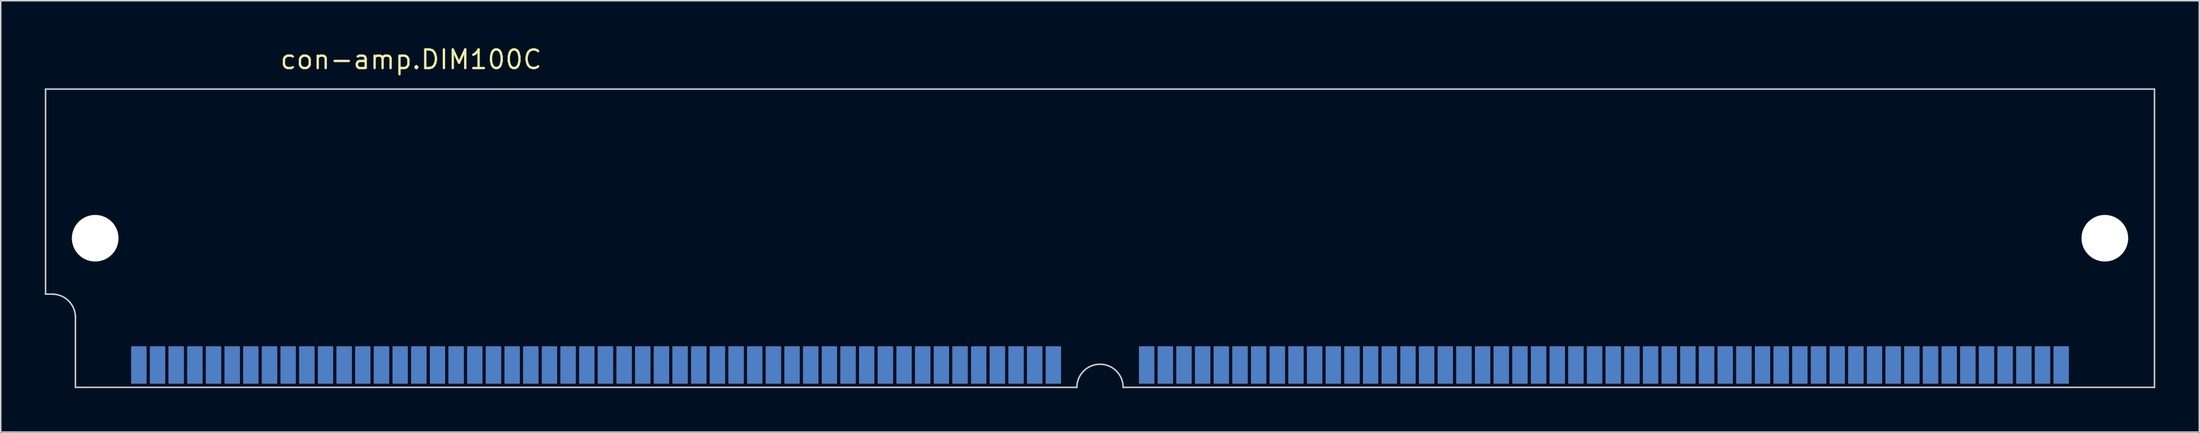
<source format=kicad_pcb>
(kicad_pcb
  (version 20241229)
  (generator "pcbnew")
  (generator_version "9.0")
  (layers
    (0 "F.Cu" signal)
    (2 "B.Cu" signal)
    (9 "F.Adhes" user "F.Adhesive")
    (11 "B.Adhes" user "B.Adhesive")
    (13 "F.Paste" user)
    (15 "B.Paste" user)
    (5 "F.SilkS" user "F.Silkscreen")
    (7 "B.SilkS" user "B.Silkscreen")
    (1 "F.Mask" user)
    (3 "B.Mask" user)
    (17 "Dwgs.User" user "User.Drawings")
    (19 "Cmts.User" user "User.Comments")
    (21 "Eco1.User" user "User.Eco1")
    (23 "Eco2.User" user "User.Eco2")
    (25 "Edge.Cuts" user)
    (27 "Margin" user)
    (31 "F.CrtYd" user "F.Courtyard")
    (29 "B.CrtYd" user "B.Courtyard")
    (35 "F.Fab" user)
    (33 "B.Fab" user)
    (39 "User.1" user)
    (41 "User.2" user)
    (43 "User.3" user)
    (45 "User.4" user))
  (footprint "con-amp.DIM100C"
    (layer "F.Cu")
    (at 71.805 13.18)
    (property "Reference" "con-amp.DIM100C" (at -55.88 -11.43 0) (layer "F.SilkS") (effects (font (size 1.27 1.27) (thickness 0.16)) (justify left bottom)))
    (attr smd)
    (fp_line (start -71.755 -10.16) (end 71.755 -10.16) (stroke (width 0.1) (type default)) (layer "Edge.Cuts"))
    (fp_line (start -71.755 3.81) (end -71.755 -10.16) (stroke (width 0.1) (type default)) (layer "Edge.Cuts"))
    (fp_line (start -71.755 3.81) (end -71.196 3.81) (stroke (width 0.1) (type default)) (layer "Edge.Cuts"))
    (fp_line (start -69.723 10.16) (end -69.723 5.309) (stroke (width 0.1) (type default)) (layer "Edge.Cuts"))
    (fp_line (start -1.575 10.16) (end -69.723 10.16) (stroke (width 0.1) (type default)) (layer "Edge.Cuts"))
    (fp_line (start 71.755 -10.16) (end 71.755 10.16) (stroke (width 0.1) (type default)) (layer "Edge.Cuts"))
    (fp_line (start 71.755 10.16) (end 1.575 10.16) (stroke (width 0.1) (type default)) (layer "Edge.Cuts"))
    (fp_arc (start -71.2978 3.81) (mid -70.184248 4.271248) (end -69.723 5.3848) (stroke (width 0.1) (type default)) (layer "Edge.Cuts"))
    (fp_arc (start -1.5748 10.16) (mid 0 8.5852) (end 1.5748 10.16) (stroke (width 0.1) (type default)) (layer "Edge.Cuts"))
    (pad "" np_thru_hole circle (at -68.377 0) (size 3.175 3.175) (drill 3.175) (layers "*.Cu" "*.Mask"))
    (pad "" np_thru_hole circle (at 68.377 0) (size 3.175 3.175) (drill 3.175) (layers "*.Cu" "*.Mask"))
    (pad "1" smd roundrect (at -65.405 8.636) (size 1.041 2.54) (layers "F.Cu" "F.Mask" "F.Paste") (roundrect_rratio 0.01))
    (pad "2" smd roundrect (at -64.135 8.636) (size 1.041 2.54) (layers "F.Cu" "F.Mask" "F.Paste") (roundrect_rratio 0.01))
    (pad "3" smd roundrect (at -62.865 8.636) (size 1.041 2.54) (layers "F.Cu" "F.Mask" "F.Paste") (roundrect_rratio 0.01))
    (pad "4" smd roundrect (at -61.595 8.636) (size 1.041 2.54) (layers "F.Cu" "F.Mask" "F.Paste") (roundrect_rratio 0.01))
    (pad "5" smd roundrect (at -60.325 8.636) (size 1.041 2.54) (layers "F.Cu" "F.Mask" "F.Paste") (roundrect_rratio 0.01))
    (pad "6" smd roundrect (at -59.055 8.636) (size 1.041 2.54) (layers "F.Cu" "F.Mask" "F.Paste") (roundrect_rratio 0.01))
    (pad "7" smd roundrect (at -57.785 8.636) (size 1.041 2.54) (layers "F.Cu" "F.Mask" "F.Paste") (roundrect_rratio 0.01))
    (pad "8" smd roundrect (at -56.515 8.636) (size 1.041 2.54) (layers "F.Cu" "F.Mask" "F.Paste") (roundrect_rratio 0.01))
    (pad "9" smd roundrect (at -55.245 8.636) (size 1.041 2.54) (layers "F.Cu" "F.Mask" "F.Paste") (roundrect_rratio 0.01))
    (pad "10" smd roundrect (at -53.975 8.636) (size 1.041 2.54) (layers "F.Cu" "F.Mask" "F.Paste") (roundrect_rratio 0.01))
    (pad "11" smd roundrect (at -52.705 8.636) (size 1.041 2.54) (layers "F.Cu" "F.Mask" "F.Paste") (roundrect_rratio 0.01))
    (pad "12" smd roundrect (at -51.435 8.636) (size 1.041 2.54) (layers "F.Cu" "F.Mask" "F.Paste") (roundrect_rratio 0.01))
    (pad "13" smd roundrect (at -50.165 8.636) (size 1.041 2.54) (layers "F.Cu" "F.Mask" "F.Paste") (roundrect_rratio 0.01))
    (pad "14" smd roundrect (at -48.895 8.636) (size 1.041 2.54) (layers "F.Cu" "F.Mask" "F.Paste") (roundrect_rratio 0.01))
    (pad "15" smd roundrect (at -47.625 8.636) (size 1.041 2.54) (layers "F.Cu" "F.Mask" "F.Paste") (roundrect_rratio 0.01))
    (pad "16" smd roundrect (at -46.355 8.636) (size 1.041 2.54) (layers "F.Cu" "F.Mask" "F.Paste") (roundrect_rratio 0.01))
    (pad "17" smd roundrect (at -45.085 8.636) (size 1.041 2.54) (layers "F.Cu" "F.Mask" "F.Paste") (roundrect_rratio 0.01))
    (pad "18" smd roundrect (at -43.815 8.636) (size 1.041 2.54) (layers "F.Cu" "F.Mask" "F.Paste") (roundrect_rratio 0.01))
    (pad "19" smd roundrect (at -42.545 8.636) (size 1.041 2.54) (layers "F.Cu" "F.Mask" "F.Paste") (roundrect_rratio 0.01))
    (pad "20" smd roundrect (at -41.275 8.636) (size 1.041 2.54) (layers "F.Cu" "F.Mask" "F.Paste") (roundrect_rratio 0.01))
    (pad "21" smd roundrect (at -40.005 8.636) (size 1.041 2.54) (layers "F.Cu" "F.Mask" "F.Paste") (roundrect_rratio 0.01))
    (pad "22" smd roundrect (at -38.735 8.636) (size 1.041 2.54) (layers "F.Cu" "F.Mask" "F.Paste") (roundrect_rratio 0.01))
    (pad "23" smd roundrect (at -37.465 8.636) (size 1.041 2.54) (layers "F.Cu" "F.Mask" "F.Paste") (roundrect_rratio 0.01))
    (pad "24" smd roundrect (at -36.195 8.636) (size 1.041 2.54) (layers "F.Cu" "F.Mask" "F.Paste") (roundrect_rratio 0.01))
    (pad "25" smd roundrect (at -34.925 8.636) (size 1.041 2.54) (layers "F.Cu" "F.Mask" "F.Paste") (roundrect_rratio 0.01))
    (pad "26" smd roundrect (at -33.655 8.636) (size 1.041 2.54) (layers "F.Cu" "F.Mask" "F.Paste") (roundrect_rratio 0.01))
    (pad "27" smd roundrect (at -32.385 8.636) (size 1.041 2.54) (layers "F.Cu" "F.Mask" "F.Paste") (roundrect_rratio 0.01))
    (pad "28" smd roundrect (at -31.115 8.636) (size 1.041 2.54) (layers "F.Cu" "F.Mask" "F.Paste") (roundrect_rratio 0.01))
    (pad "29" smd roundrect (at -29.845 8.636) (size 1.041 2.54) (layers "F.Cu" "F.Mask" "F.Paste") (roundrect_rratio 0.01))
    (pad "30" smd roundrect (at -28.575 8.636) (size 1.041 2.54) (layers "F.Cu" "F.Mask" "F.Paste") (roundrect_rratio 0.01))
    (pad "31" smd roundrect (at -27.305 8.636) (size 1.041 2.54) (layers "F.Cu" "F.Mask" "F.Paste") (roundrect_rratio 0.01))
    (pad "32" smd roundrect (at -26.035 8.636) (size 1.041 2.54) (layers "F.Cu" "F.Mask" "F.Paste") (roundrect_rratio 0.01))
    (pad "33" smd roundrect (at -24.765 8.636) (size 1.041 2.54) (layers "F.Cu" "F.Mask" "F.Paste") (roundrect_rratio 0.01))
    (pad "34" smd roundrect (at -23.495 8.636) (size 1.041 2.54) (layers "F.Cu" "F.Mask" "F.Paste") (roundrect_rratio 0.01))
    (pad "35" smd roundrect (at -22.225 8.636) (size 1.041 2.54) (layers "F.Cu" "F.Mask" "F.Paste") (roundrect_rratio 0.01))
    (pad "36" smd roundrect (at -20.955 8.636) (size 1.041 2.54) (layers "F.Cu" "F.Mask" "F.Paste") (roundrect_rratio 0.01))
    (pad "37" smd roundrect (at -19.685 8.636) (size 1.041 2.54) (layers "F.Cu" "F.Mask" "F.Paste") (roundrect_rratio 0.01))
    (pad "38" smd roundrect (at -18.415 8.636) (size 1.041 2.54) (layers "F.Cu" "F.Mask" "F.Paste") (roundrect_rratio 0.01))
    (pad "39" smd roundrect (at -17.145 8.636) (size 1.041 2.54) (layers "F.Cu" "F.Mask" "F.Paste") (roundrect_rratio 0.01))
    (pad "40" smd roundrect (at -15.875 8.636) (size 1.041 2.54) (layers "F.Cu" "F.Mask" "F.Paste") (roundrect_rratio 0.01))
    (pad "41" smd roundrect (at -14.605 8.636) (size 1.041 2.54) (layers "F.Cu" "F.Mask" "F.Paste") (roundrect_rratio 0.01))
    (pad "42" smd roundrect (at -13.335 8.636) (size 1.041 2.54) (layers "F.Cu" "F.Mask" "F.Paste") (roundrect_rratio 0.01))
    (pad "43" smd roundrect (at -12.065 8.636) (size 1.041 2.54) (layers "F.Cu" "F.Mask" "F.Paste") (roundrect_rratio 0.01))
    (pad "44" smd roundrect (at -10.795 8.636) (size 1.041 2.54) (layers "F.Cu" "F.Mask" "F.Paste") (roundrect_rratio 0.01))
    (pad "45" smd roundrect (at -9.525 8.636) (size 1.041 2.54) (layers "F.Cu" "F.Mask" "F.Paste") (roundrect_rratio 0.01))
    (pad "46" smd roundrect (at -8.255 8.636) (size 1.041 2.54) (layers "F.Cu" "F.Mask" "F.Paste") (roundrect_rratio 0.01))
    (pad "47" smd roundrect (at -6.985 8.636) (size 1.041 2.54) (layers "F.Cu" "F.Mask" "F.Paste") (roundrect_rratio 0.01))
    (pad "48" smd roundrect (at -5.715 8.636) (size 1.041 2.54) (layers "F.Cu" "F.Mask" "F.Paste") (roundrect_rratio 0.01))
    (pad "49" smd roundrect (at -4.445 8.636) (size 1.041 2.54) (layers "F.Cu" "F.Mask" "F.Paste") (roundrect_rratio 0.01))
    (pad "50" smd roundrect (at -3.175 8.636) (size 1.041 2.54) (layers "F.Cu" "F.Mask" "F.Paste") (roundrect_rratio 0.01))
    (pad "51" smd roundrect (at 3.175 8.636) (size 1.041 2.54) (layers "F.Cu" "F.Mask" "F.Paste") (roundrect_rratio 0.01))
    (pad "52" smd roundrect (at 4.445 8.636) (size 1.041 2.54) (layers "F.Cu" "F.Mask" "F.Paste") (roundrect_rratio 0.01))
    (pad "53" smd roundrect (at 5.715 8.636) (size 1.041 2.54) (layers "F.Cu" "F.Mask" "F.Paste") (roundrect_rratio 0.01))
    (pad "54" smd roundrect (at 6.985 8.636) (size 1.041 2.54) (layers "F.Cu" "F.Mask" "F.Paste") (roundrect_rratio 0.01))
    (pad "55" smd roundrect (at 8.255 8.636) (size 1.041 2.54) (layers "F.Cu" "F.Mask" "F.Paste") (roundrect_rratio 0.01))
    (pad "56" smd roundrect (at 9.525 8.636) (size 1.041 2.54) (layers "F.Cu" "F.Mask" "F.Paste") (roundrect_rratio 0.01))
    (pad "57" smd roundrect (at 10.795 8.636) (size 1.041 2.54) (layers "F.Cu" "F.Mask" "F.Paste") (roundrect_rratio 0.01))
    (pad "58" smd roundrect (at 12.065 8.636) (size 1.041 2.54) (layers "F.Cu" "F.Mask" "F.Paste") (roundrect_rratio 0.01))
    (pad "59" smd roundrect (at 13.335 8.636) (size 1.041 2.54) (layers "F.Cu" "F.Mask" "F.Paste") (roundrect_rratio 0.01))
    (pad "60" smd roundrect (at 14.605 8.636) (size 1.041 2.54) (layers "F.Cu" "F.Mask" "F.Paste") (roundrect_rratio 0.01))
    (pad "61" smd roundrect (at 15.875 8.636) (size 1.041 2.54) (layers "F.Cu" "F.Mask" "F.Paste") (roundrect_rratio 0.01))
    (pad "62" smd roundrect (at 17.145 8.636) (size 1.041 2.54) (layers "F.Cu" "F.Mask" "F.Paste") (roundrect_rratio 0.01))
    (pad "63" smd roundrect (at 18.415 8.636) (size 1.041 2.54) (layers "F.Cu" "F.Mask" "F.Paste") (roundrect_rratio 0.01))
    (pad "64" smd roundrect (at 19.685 8.636) (size 1.041 2.54) (layers "F.Cu" "F.Mask" "F.Paste") (roundrect_rratio 0.01))
    (pad "65" smd roundrect (at 20.955 8.636) (size 1.041 2.54) (layers "F.Cu" "F.Mask" "F.Paste") (roundrect_rratio 0.01))
    (pad "66" smd roundrect (at 22.225 8.636) (size 1.041 2.54) (layers "F.Cu" "F.Mask" "F.Paste") (roundrect_rratio 0.01))
    (pad "67" smd roundrect (at 23.495 8.636) (size 1.041 2.54) (layers "F.Cu" "F.Mask" "F.Paste") (roundrect_rratio 0.01))
    (pad "68" smd roundrect (at 24.765 8.636) (size 1.041 2.54) (layers "F.Cu" "F.Mask" "F.Paste") (roundrect_rratio 0.01))
    (pad "69" smd roundrect (at 26.035 8.636) (size 1.041 2.54) (layers "F.Cu" "F.Mask" "F.Paste") (roundrect_rratio 0.01))
    (pad "70" smd roundrect (at 27.305 8.636) (size 1.041 2.54) (layers "F.Cu" "F.Mask" "F.Paste") (roundrect_rratio 0.01))
    (pad "71" smd roundrect (at 28.575 8.636) (size 1.041 2.54) (layers "F.Cu" "F.Mask" "F.Paste") (roundrect_rratio 0.01))
    (pad "72" smd roundrect (at 29.845 8.636) (size 1.041 2.54) (layers "F.Cu" "F.Mask" "F.Paste") (roundrect_rratio 0.01))
    (pad "73" smd roundrect (at 31.115 8.636) (size 1.041 2.54) (layers "F.Cu" "F.Mask" "F.Paste") (roundrect_rratio 0.01))
    (pad "74" smd roundrect (at 32.385 8.636) (size 1.041 2.54) (layers "F.Cu" "F.Mask" "F.Paste") (roundrect_rratio 0.01))
    (pad "75" smd roundrect (at 33.655 8.636) (size 1.041 2.54) (layers "F.Cu" "F.Mask" "F.Paste") (roundrect_rratio 0.01))
    (pad "76" smd roundrect (at 34.925 8.636) (size 1.041 2.54) (layers "F.Cu" "F.Mask" "F.Paste") (roundrect_rratio 0.01))
    (pad "77" smd roundrect (at 36.195 8.636) (size 1.041 2.54) (layers "F.Cu" "F.Mask" "F.Paste") (roundrect_rratio 0.01))
    (pad "78" smd roundrect (at 37.465 8.636) (size 1.041 2.54) (layers "F.Cu" "F.Mask" "F.Paste") (roundrect_rratio 0.01))
    (pad "79" smd roundrect (at 38.735 8.636) (size 1.041 2.54) (layers "F.Cu" "F.Mask" "F.Paste") (roundrect_rratio 0.01))
    (pad "80" smd roundrect (at 40.005 8.636) (size 1.041 2.54) (layers "F.Cu" "F.Mask" "F.Paste") (roundrect_rratio 0.01))
    (pad "81" smd roundrect (at 41.275 8.636) (size 1.041 2.54) (layers "F.Cu" "F.Mask" "F.Paste") (roundrect_rratio 0.01))
    (pad "82" smd roundrect (at 42.545 8.636) (size 1.041 2.54) (layers "F.Cu" "F.Mask" "F.Paste") (roundrect_rratio 0.01))
    (pad "83" smd roundrect (at 43.815 8.636) (size 1.041 2.54) (layers "F.Cu" "F.Mask" "F.Paste") (roundrect_rratio 0.01))
    (pad "84" smd roundrect (at 45.085 8.636) (size 1.041 2.54) (layers "F.Cu" "F.Mask" "F.Paste") (roundrect_rratio 0.01))
    (pad "85" smd roundrect (at 46.355 8.636) (size 1.041 2.54) (layers "F.Cu" "F.Mask" "F.Paste") (roundrect_rratio 0.01))
    (pad "86" smd roundrect (at 47.625 8.636) (size 1.041 2.54) (layers "F.Cu" "F.Mask" "F.Paste") (roundrect_rratio 0.01))
    (pad "87" smd roundrect (at 48.895 8.636) (size 1.041 2.54) (layers "F.Cu" "F.Mask" "F.Paste") (roundrect_rratio 0.01))
    (pad "88" smd roundrect (at 50.165 8.636) (size 1.041 2.54) (layers "F.Cu" "F.Mask" "F.Paste") (roundrect_rratio 0.01))
    (pad "89" smd roundrect (at 51.435 8.636) (size 1.041 2.54) (layers "F.Cu" "F.Mask" "F.Paste") (roundrect_rratio 0.01))
    (pad "90" smd roundrect (at 52.705 8.636) (size 1.041 2.54) (layers "F.Cu" "F.Mask" "F.Paste") (roundrect_rratio 0.01))
    (pad "91" smd roundrect (at 53.975 8.636) (size 1.041 2.54) (layers "F.Cu" "F.Mask" "F.Paste") (roundrect_rratio 0.01))
    (pad "92" smd roundrect (at 55.245 8.636) (size 1.041 2.54) (layers "F.Cu" "F.Mask" "F.Paste") (roundrect_rratio 0.01))
    (pad "93" smd roundrect (at 56.515 8.636) (size 1.041 2.54) (layers "F.Cu" "F.Mask" "F.Paste") (roundrect_rratio 0.01))
    (pad "94" smd roundrect (at 57.785 8.636) (size 1.041 2.54) (layers "F.Cu" "F.Mask" "F.Paste") (roundrect_rratio 0.01))
    (pad "95" smd roundrect (at 59.055 8.636) (size 1.041 2.54) (layers "F.Cu" "F.Mask" "F.Paste") (roundrect_rratio 0.01))
    (pad "96" smd roundrect (at 60.325 8.636) (size 1.041 2.54) (layers "F.Cu" "F.Mask" "F.Paste") (roundrect_rratio 0.01))
    (pad "97" smd roundrect (at 61.595 8.636) (size 1.041 2.54) (layers "F.Cu" "F.Mask" "F.Paste") (roundrect_rratio 0.01))
    (pad "98" smd roundrect (at 62.865 8.636) (size 1.041 2.54) (layers "F.Cu" "F.Mask" "F.Paste") (roundrect_rratio 0.01))
    (pad "99" smd roundrect (at 64.135 8.636) (size 1.041 2.54) (layers "F.Cu" "F.Mask" "F.Paste") (roundrect_rratio 0.01))
    (pad "100" smd roundrect (at 65.405 8.636) (size 1.041 2.54) (layers "F.Cu" "F.Mask" "F.Paste") (roundrect_rratio 0.01))
    (pad "101" smd roundrect (at -65.405 8.636) (size 1.041 2.54) (layers "B.Cu" "B.Mask" "B.Paste") (roundrect_rratio 0.01))
    (pad "102" smd roundrect (at -64.135 8.636) (size 1.041 2.54) (layers "B.Cu" "B.Mask" "B.Paste") (roundrect_rratio 0.01))
    (pad "103" smd roundrect (at -62.865 8.636) (size 1.041 2.54) (layers "B.Cu" "B.Mask" "B.Paste") (roundrect_rratio 0.01))
    (pad "104" smd roundrect (at -61.595 8.636) (size 1.041 2.54) (layers "B.Cu" "B.Mask" "B.Paste") (roundrect_rratio 0.01))
    (pad "105" smd roundrect (at -60.325 8.636) (size 1.041 2.54) (layers "B.Cu" "B.Mask" "B.Paste") (roundrect_rratio 0.01))
    (pad "106" smd roundrect (at -59.055 8.636) (size 1.041 2.54) (layers "B.Cu" "B.Mask" "B.Paste") (roundrect_rratio 0.01))
    (pad "107" smd roundrect (at -57.785 8.636) (size 1.041 2.54) (layers "B.Cu" "B.Mask" "B.Paste") (roundrect_rratio 0.01))
    (pad "108" smd roundrect (at -56.515 8.636) (size 1.041 2.54) (layers "B.Cu" "B.Mask" "B.Paste") (roundrect_rratio 0.01))
    (pad "109" smd roundrect (at -55.245 8.636) (size 1.041 2.54) (layers "B.Cu" "B.Mask" "B.Paste") (roundrect_rratio 0.01))
    (pad "110" smd roundrect (at -53.975 8.636) (size 1.041 2.54) (layers "B.Cu" "B.Mask" "B.Paste") (roundrect_rratio 0.01))
    (pad "111" smd roundrect (at -52.705 8.636) (size 1.041 2.54) (layers "B.Cu" "B.Mask" "B.Paste") (roundrect_rratio 0.01))
    (pad "112" smd roundrect (at -51.435 8.636) (size 1.041 2.54) (layers "B.Cu" "B.Mask" "B.Paste") (roundrect_rratio 0.01))
    (pad "113" smd roundrect (at -50.165 8.636) (size 1.041 2.54) (layers "B.Cu" "B.Mask" "B.Paste") (roundrect_rratio 0.01))
    (pad "114" smd roundrect (at -48.895 8.636) (size 1.041 2.54) (layers "B.Cu" "B.Mask" "B.Paste") (roundrect_rratio 0.01))
    (pad "115" smd roundrect (at -47.625 8.636) (size 1.041 2.54) (layers "B.Cu" "B.Mask" "B.Paste") (roundrect_rratio 0.01))
    (pad "116" smd roundrect (at -46.355 8.636) (size 1.041 2.54) (layers "B.Cu" "B.Mask" "B.Paste") (roundrect_rratio 0.01))
    (pad "117" smd roundrect (at -45.085 8.636) (size 1.041 2.54) (layers "B.Cu" "B.Mask" "B.Paste") (roundrect_rratio 0.01))
    (pad "118" smd roundrect (at -43.815 8.636) (size 1.041 2.54) (layers "B.Cu" "B.Mask" "B.Paste") (roundrect_rratio 0.01))
    (pad "119" smd roundrect (at -42.545 8.636) (size 1.041 2.54) (layers "B.Cu" "B.Mask" "B.Paste") (roundrect_rratio 0.01))
    (pad "120" smd roundrect (at -41.275 8.636) (size 1.041 2.54) (layers "B.Cu" "B.Mask" "B.Paste") (roundrect_rratio 0.01))
    (pad "121" smd roundrect (at -40.005 8.636) (size 1.041 2.54) (layers "B.Cu" "B.Mask" "B.Paste") (roundrect_rratio 0.01))
    (pad "122" smd roundrect (at -38.735 8.636) (size 1.041 2.54) (layers "B.Cu" "B.Mask" "B.Paste") (roundrect_rratio 0.01))
    (pad "123" smd roundrect (at -37.465 8.636) (size 1.041 2.54) (layers "B.Cu" "B.Mask" "B.Paste") (roundrect_rratio 0.01))
    (pad "124" smd roundrect (at -36.195 8.636) (size 1.041 2.54) (layers "B.Cu" "B.Mask" "B.Paste") (roundrect_rratio 0.01))
    (pad "125" smd roundrect (at -34.925 8.636) (size 1.041 2.54) (layers "B.Cu" "B.Mask" "B.Paste") (roundrect_rratio 0.01))
    (pad "126" smd roundrect (at -33.655 8.636) (size 1.041 2.54) (layers "B.Cu" "B.Mask" "B.Paste") (roundrect_rratio 0.01))
    (pad "127" smd roundrect (at -32.385 8.636) (size 1.041 2.54) (layers "B.Cu" "B.Mask" "B.Paste") (roundrect_rratio 0.01))
    (pad "128" smd roundrect (at -31.115 8.636) (size 1.041 2.54) (layers "B.Cu" "B.Mask" "B.Paste") (roundrect_rratio 0.01))
    (pad "129" smd roundrect (at -29.845 8.636) (size 1.041 2.54) (layers "B.Cu" "B.Mask" "B.Paste") (roundrect_rratio 0.01))
    (pad "130" smd roundrect (at -28.575 8.636) (size 1.041 2.54) (layers "B.Cu" "B.Mask" "B.Paste") (roundrect_rratio 0.01))
    (pad "131" smd roundrect (at -27.305 8.636) (size 1.041 2.54) (layers "B.Cu" "B.Mask" "B.Paste") (roundrect_rratio 0.01))
    (pad "132" smd roundrect (at -26.035 8.636) (size 1.041 2.54) (layers "B.Cu" "B.Mask" "B.Paste") (roundrect_rratio 0.01))
    (pad "133" smd roundrect (at -24.765 8.636) (size 1.041 2.54) (layers "B.Cu" "B.Mask" "B.Paste") (roundrect_rratio 0.01))
    (pad "134" smd roundrect (at -23.495 8.636) (size 1.041 2.54) (layers "B.Cu" "B.Mask" "B.Paste") (roundrect_rratio 0.01))
    (pad "135" smd roundrect (at -22.225 8.636) (size 1.041 2.54) (layers "B.Cu" "B.Mask" "B.Paste") (roundrect_rratio 0.01))
    (pad "136" smd roundrect (at -20.955 8.636) (size 1.041 2.54) (layers "B.Cu" "B.Mask" "B.Paste") (roundrect_rratio 0.01))
    (pad "137" smd roundrect (at -19.685 8.636) (size 1.041 2.54) (layers "B.Cu" "B.Mask" "B.Paste") (roundrect_rratio 0.01))
    (pad "138" smd roundrect (at -18.415 8.636) (size 1.041 2.54) (layers "B.Cu" "B.Mask" "B.Paste") (roundrect_rratio 0.01))
    (pad "139" smd roundrect (at -17.145 8.636) (size 1.041 2.54) (layers "B.Cu" "B.Mask" "B.Paste") (roundrect_rratio 0.01))
    (pad "140" smd roundrect (at -15.875 8.636) (size 1.041 2.54) (layers "B.Cu" "B.Mask" "B.Paste") (roundrect_rratio 0.01))
    (pad "141" smd roundrect (at -14.605 8.636) (size 1.041 2.54) (layers "B.Cu" "B.Mask" "B.Paste") (roundrect_rratio 0.01))
    (pad "142" smd roundrect (at -13.335 8.636) (size 1.041 2.54) (layers "B.Cu" "B.Mask" "B.Paste") (roundrect_rratio 0.01))
    (pad "143" smd roundrect (at -12.065 8.636) (size 1.041 2.54) (layers "B.Cu" "B.Mask" "B.Paste") (roundrect_rratio 0.01))
    (pad "144" smd roundrect (at -10.795 8.636) (size 1.041 2.54) (layers "B.Cu" "B.Mask" "B.Paste") (roundrect_rratio 0.01))
    (pad "145" smd roundrect (at -9.525 8.636) (size 1.041 2.54) (layers "B.Cu" "B.Mask" "B.Paste") (roundrect_rratio 0.01))
    (pad "146" smd roundrect (at -8.255 8.636) (size 1.041 2.54) (layers "B.Cu" "B.Mask" "B.Paste") (roundrect_rratio 0.01))
    (pad "147" smd roundrect (at -6.985 8.636) (size 1.041 2.54) (layers "B.Cu" "B.Mask" "B.Paste") (roundrect_rratio 0.01))
    (pad "148" smd roundrect (at -5.715 8.636) (size 1.041 2.54) (layers "B.Cu" "B.Mask" "B.Paste") (roundrect_rratio 0.01))
    (pad "149" smd roundrect (at -4.445 8.636) (size 1.041 2.54) (layers "B.Cu" "B.Mask" "B.Paste") (roundrect_rratio 0.01))
    (pad "150" smd roundrect (at -3.175 8.636) (size 1.041 2.54) (layers "B.Cu" "B.Mask" "B.Paste") (roundrect_rratio 0.01))
    (pad "151" smd roundrect (at 3.175 8.636) (size 1.041 2.54) (layers "B.Cu" "B.Mask" "B.Paste") (roundrect_rratio 0.01))
    (pad "152" smd roundrect (at 4.445 8.636) (size 1.041 2.54) (layers "B.Cu" "B.Mask" "B.Paste") (roundrect_rratio 0.01))
    (pad "153" smd roundrect (at 5.715 8.636) (size 1.041 2.54) (layers "B.Cu" "B.Mask" "B.Paste") (roundrect_rratio 0.01))
    (pad "154" smd roundrect (at 6.985 8.636) (size 1.041 2.54) (layers "B.Cu" "B.Mask" "B.Paste") (roundrect_rratio 0.01))
    (pad "155" smd roundrect (at 8.255 8.636) (size 1.041 2.54) (layers "B.Cu" "B.Mask" "B.Paste") (roundrect_rratio 0.01))
    (pad "156" smd roundrect (at 9.525 8.636) (size 1.041 2.54) (layers "B.Cu" "B.Mask" "B.Paste") (roundrect_rratio 0.01))
    (pad "157" smd roundrect (at 10.795 8.636) (size 1.041 2.54) (layers "B.Cu" "B.Mask" "B.Paste") (roundrect_rratio 0.01))
    (pad "158" smd roundrect (at 12.065 8.636) (size 1.041 2.54) (layers "B.Cu" "B.Mask" "B.Paste") (roundrect_rratio 0.01))
    (pad "159" smd roundrect (at 13.335 8.636) (size 1.041 2.54) (layers "B.Cu" "B.Mask" "B.Paste") (roundrect_rratio 0.01))
    (pad "160" smd roundrect (at 14.605 8.636) (size 1.041 2.54) (layers "B.Cu" "B.Mask" "B.Paste") (roundrect_rratio 0.01))
    (pad "161" smd roundrect (at 15.875 8.636) (size 1.041 2.54) (layers "B.Cu" "B.Mask" "B.Paste") (roundrect_rratio 0.01))
    (pad "162" smd roundrect (at 17.145 8.636) (size 1.041 2.54) (layers "B.Cu" "B.Mask" "B.Paste") (roundrect_rratio 0.01))
    (pad "163" smd roundrect (at 18.415 8.636) (size 1.041 2.54) (layers "B.Cu" "B.Mask" "B.Paste") (roundrect_rratio 0.01))
    (pad "164" smd roundrect (at 19.685 8.636) (size 1.041 2.54) (layers "B.Cu" "B.Mask" "B.Paste") (roundrect_rratio 0.01))
    (pad "165" smd roundrect (at 20.955 8.636) (size 1.041 2.54) (layers "B.Cu" "B.Mask" "B.Paste") (roundrect_rratio 0.01))
    (pad "166" smd roundrect (at 22.225 8.636) (size 1.041 2.54) (layers "B.Cu" "B.Mask" "B.Paste") (roundrect_rratio 0.01))
    (pad "167" smd roundrect (at 23.495 8.636) (size 1.041 2.54) (layers "B.Cu" "B.Mask" "B.Paste") (roundrect_rratio 0.01))
    (pad "168" smd roundrect (at 24.765 8.636) (size 1.041 2.54) (layers "B.Cu" "B.Mask" "B.Paste") (roundrect_rratio 0.01))
    (pad "169" smd roundrect (at 26.035 8.636) (size 1.041 2.54) (layers "B.Cu" "B.Mask" "B.Paste") (roundrect_rratio 0.01))
    (pad "170" smd roundrect (at 27.305 8.636) (size 1.041 2.54) (layers "B.Cu" "B.Mask" "B.Paste") (roundrect_rratio 0.01))
    (pad "171" smd roundrect (at 28.575 8.636) (size 1.041 2.54) (layers "B.Cu" "B.Mask" "B.Paste") (roundrect_rratio 0.01))
    (pad "172" smd roundrect (at 29.845 8.636) (size 1.041 2.54) (layers "B.Cu" "B.Mask" "B.Paste") (roundrect_rratio 0.01))
    (pad "173" smd roundrect (at 31.115 8.636) (size 1.041 2.54) (layers "B.Cu" "B.Mask" "B.Paste") (roundrect_rratio 0.01))
    (pad "174" smd roundrect (at 32.385 8.636) (size 1.041 2.54) (layers "B.Cu" "B.Mask" "B.Paste") (roundrect_rratio 0.01))
    (pad "175" smd roundrect (at 33.655 8.636) (size 1.041 2.54) (layers "B.Cu" "B.Mask" "B.Paste") (roundrect_rratio 0.01))
    (pad "176" smd roundrect (at 34.925 8.636) (size 1.041 2.54) (layers "B.Cu" "B.Mask" "B.Paste") (roundrect_rratio 0.01))
    (pad "177" smd roundrect (at 36.195 8.636) (size 1.041 2.54) (layers "B.Cu" "B.Mask" "B.Paste") (roundrect_rratio 0.01))
    (pad "178" smd roundrect (at 37.465 8.636) (size 1.041 2.54) (layers "B.Cu" "B.Mask" "B.Paste") (roundrect_rratio 0.01))
    (pad "179" smd roundrect (at 38.735 8.636) (size 1.041 2.54) (layers "B.Cu" "B.Mask" "B.Paste") (roundrect_rratio 0.01))
    (pad "180" smd roundrect (at 40.005 8.636) (size 1.041 2.54) (layers "B.Cu" "B.Mask" "B.Paste") (roundrect_rratio 0.01))
    (pad "181" smd roundrect (at 41.275 8.636) (size 1.041 2.54) (layers "B.Cu" "B.Mask" "B.Paste") (roundrect_rratio 0.01))
    (pad "182" smd roundrect (at 42.545 8.636) (size 1.041 2.54) (layers "B.Cu" "B.Mask" "B.Paste") (roundrect_rratio 0.01))
    (pad "183" smd roundrect (at 43.815 8.636) (size 1.041 2.54) (layers "B.Cu" "B.Mask" "B.Paste") (roundrect_rratio 0.01))
    (pad "184" smd roundrect (at 45.085 8.636) (size 1.041 2.54) (layers "B.Cu" "B.Mask" "B.Paste") (roundrect_rratio 0.01))
    (pad "185" smd roundrect (at 46.355 8.636) (size 1.041 2.54) (layers "B.Cu" "B.Mask" "B.Paste") (roundrect_rratio 0.01))
    (pad "186" smd roundrect (at 47.625 8.636) (size 1.041 2.54) (layers "B.Cu" "B.Mask" "B.Paste") (roundrect_rratio 0.01))
    (pad "187" smd roundrect (at 48.895 8.636) (size 1.041 2.54) (layers "B.Cu" "B.Mask" "B.Paste") (roundrect_rratio 0.01))
    (pad "188" smd roundrect (at 50.165 8.636) (size 1.041 2.54) (layers "B.Cu" "B.Mask" "B.Paste") (roundrect_rratio 0.01))
    (pad "189" smd roundrect (at 51.435 8.636) (size 1.041 2.54) (layers "B.Cu" "B.Mask" "B.Paste") (roundrect_rratio 0.01))
    (pad "190" smd roundrect (at 52.705 8.636) (size 1.041 2.54) (layers "B.Cu" "B.Mask" "B.Paste") (roundrect_rratio 0.01))
    (pad "191" smd roundrect (at 53.975 8.636) (size 1.041 2.54) (layers "B.Cu" "B.Mask" "B.Paste") (roundrect_rratio 0.01))
    (pad "192" smd roundrect (at 55.245 8.636) (size 1.041 2.54) (layers "B.Cu" "B.Mask" "B.Paste") (roundrect_rratio 0.01))
    (pad "193" smd roundrect (at 56.515 8.636) (size 1.041 2.54) (layers "B.Cu" "B.Mask" "B.Paste") (roundrect_rratio 0.01))
    (pad "194" smd roundrect (at 57.785 8.636) (size 1.041 2.54) (layers "B.Cu" "B.Mask" "B.Paste") (roundrect_rratio 0.01))
    (pad "195" smd roundrect (at 59.055 8.636) (size 1.041 2.54) (layers "B.Cu" "B.Mask" "B.Paste") (roundrect_rratio 0.01))
    (pad "196" smd roundrect (at 60.325 8.636) (size 1.041 2.54) (layers "B.Cu" "B.Mask" "B.Paste") (roundrect_rratio 0.01))
    (pad "197" smd roundrect (at 61.595 8.636) (size 1.041 2.54) (layers "B.Cu" "B.Mask" "B.Paste") (roundrect_rratio 0.01))
    (pad "198" smd roundrect (at 62.865 8.636) (size 1.041 2.54) (layers "B.Cu" "B.Mask" "B.Paste") (roundrect_rratio 0.01))
    (pad "199" smd roundrect (at 64.135 8.636) (size 1.041 2.54) (layers "B.Cu" "B.Mask" "B.Paste") (roundrect_rratio 0.01))
    (pad "200" smd roundrect (at 65.405 8.636) (size 1.041 2.54) (layers "B.Cu" "B.Mask" "B.Paste") (roundrect_rratio 0.01)))
  (gr_rect
    (start -3 -3)
    (end 146.61 26.39)
    (stroke (width 0.1) (type default))
    (fill no)
    (layer "Edge.Cuts")))
</source>
